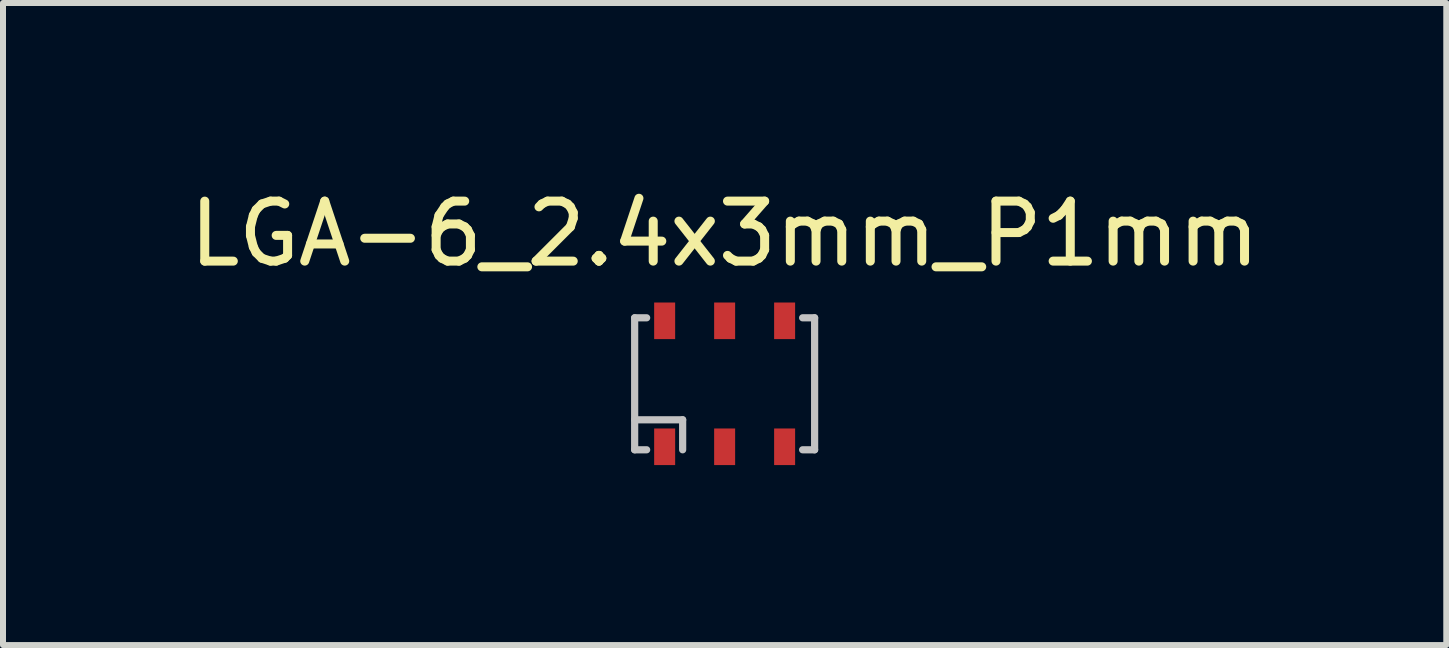
<source format=kicad_pcb>
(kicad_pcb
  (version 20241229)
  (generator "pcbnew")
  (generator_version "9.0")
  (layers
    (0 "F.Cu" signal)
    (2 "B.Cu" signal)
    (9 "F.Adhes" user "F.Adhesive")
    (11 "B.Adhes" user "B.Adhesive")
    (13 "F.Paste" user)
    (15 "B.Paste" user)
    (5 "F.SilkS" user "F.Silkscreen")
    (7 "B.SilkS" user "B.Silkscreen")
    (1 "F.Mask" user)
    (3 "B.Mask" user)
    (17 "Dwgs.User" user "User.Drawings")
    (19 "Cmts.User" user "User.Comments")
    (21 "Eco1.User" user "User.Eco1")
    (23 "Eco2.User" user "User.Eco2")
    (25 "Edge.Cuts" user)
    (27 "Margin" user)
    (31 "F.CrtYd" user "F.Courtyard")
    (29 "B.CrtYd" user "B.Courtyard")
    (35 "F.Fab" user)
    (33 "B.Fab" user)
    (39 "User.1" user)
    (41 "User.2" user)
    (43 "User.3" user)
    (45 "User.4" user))
  (footprint "LGA-6_2.4x3mm_P1mm"
    (layer "F.Cu")
    (at 9.03 3.348)
    (property "Reference" "LGA-6_2.4x3mm_P1mm" (at 0 -2.5 0) (layer "F.SilkS") (effects (font (size 1 1) (thickness 0.15))))
    (attr through_hole)
    (fp_line (start -1.5 -1.1) (end -1.5 1.1) (stroke (width 0.12) (type solid)) (layer "Dwgs.User"))
    (fp_line (start -1.5 -1.1) (end -1.3 -1.1) (stroke (width 0.12) (type solid)) (layer "Dwgs.User"))
    (fp_line (start -1.5 1.1) (end -1.3 1.1) (stroke (width 0.12) (type solid)) (layer "Dwgs.User"))
    (fp_line (start -0.7 0.6) (end -1.5 0.6) (stroke (width 0.12) (type solid)) (layer "Dwgs.User"))
    (fp_line (start -0.7 1.1) (end -0.7 0.6) (stroke (width 0.12) (type solid)) (layer "Dwgs.User"))
    (fp_line (start 1.5 -1.1) (end 1.3 -1.1) (stroke (width 0.12) (type solid)) (layer "Dwgs.User"))
    (fp_line (start 1.5 -1.1) (end 1.5 1.1) (stroke (width 0.12) (type solid)) (layer "Dwgs.User"))
    (fp_line (start 1.5 1.1) (end 1.3 1.1) (stroke (width 0.12) (type solid)) (layer "Dwgs.User"))
    (pad "1" smd rect (at -1 1.05) (size 0.35 0.61) (layers "F.Cu" "F.Mask" "F.Paste"))
    (pad "2" smd rect (at 0 1.05) (size 0.35 0.61) (layers "F.Cu" "F.Mask" "F.Paste"))
    (pad "3" smd rect (at 1 1.05) (size 0.35 0.61) (layers "F.Cu" "F.Mask" "F.Paste"))
    (pad "4" smd rect (at 1 -1.05) (size 0.35 0.61) (layers "F.Cu" "F.Mask" "F.Paste"))
    (pad "5" smd rect (at 0 -1.05) (size 0.35 0.61) (layers "F.Cu" "F.Mask" "F.Paste"))
    (pad "6" smd rect (at -1 -1.05) (size 0.35 0.61) (layers "F.Cu" "F.Mask" "F.Paste")))
  (gr_rect
    (start -3 -3)
    (end 21.06 7.703)
    (stroke (width 0.1) (type default))
    (fill no)
    (layer "Edge.Cuts")))
</source>
